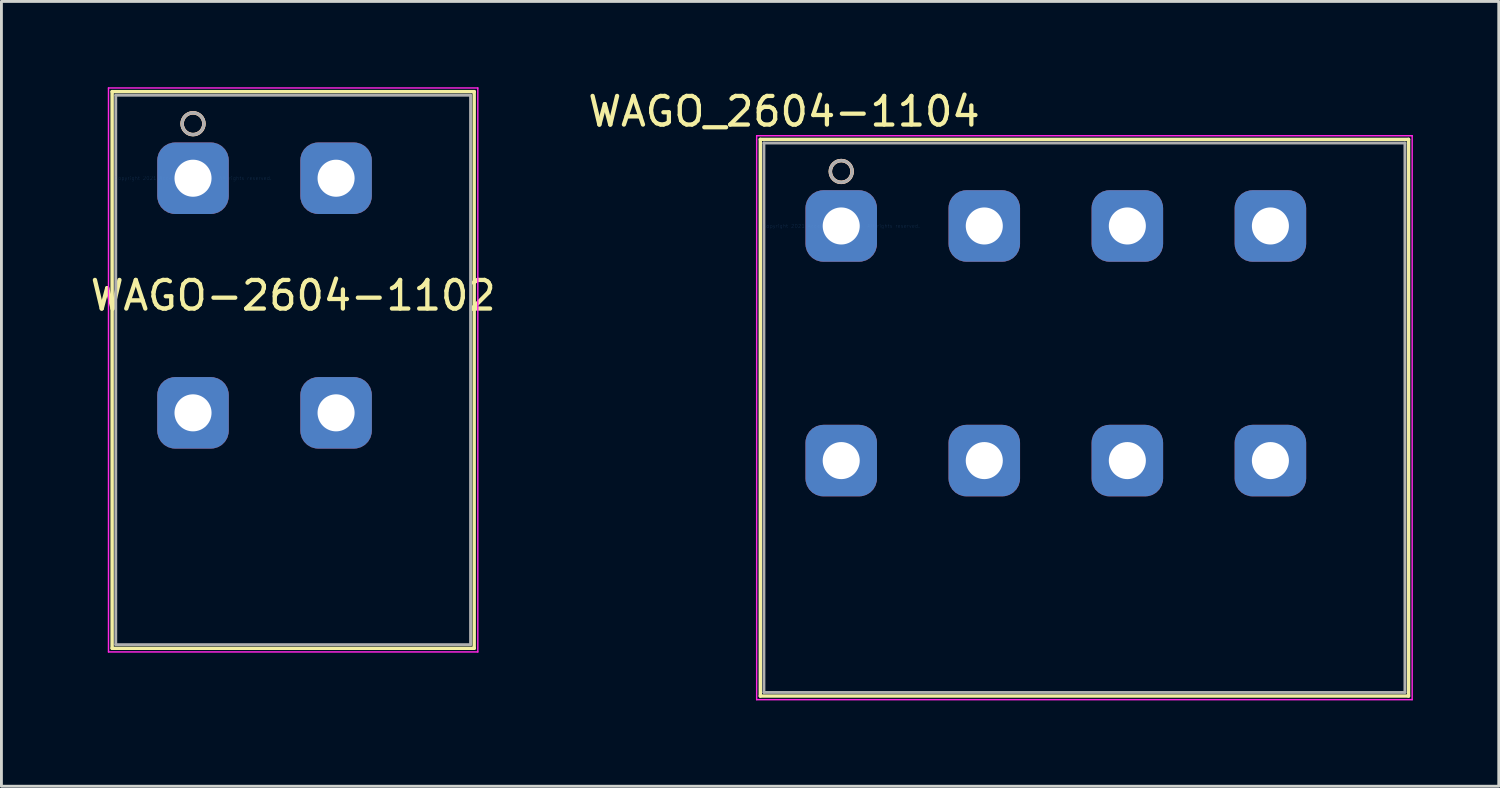
<source format=kicad_pcb>
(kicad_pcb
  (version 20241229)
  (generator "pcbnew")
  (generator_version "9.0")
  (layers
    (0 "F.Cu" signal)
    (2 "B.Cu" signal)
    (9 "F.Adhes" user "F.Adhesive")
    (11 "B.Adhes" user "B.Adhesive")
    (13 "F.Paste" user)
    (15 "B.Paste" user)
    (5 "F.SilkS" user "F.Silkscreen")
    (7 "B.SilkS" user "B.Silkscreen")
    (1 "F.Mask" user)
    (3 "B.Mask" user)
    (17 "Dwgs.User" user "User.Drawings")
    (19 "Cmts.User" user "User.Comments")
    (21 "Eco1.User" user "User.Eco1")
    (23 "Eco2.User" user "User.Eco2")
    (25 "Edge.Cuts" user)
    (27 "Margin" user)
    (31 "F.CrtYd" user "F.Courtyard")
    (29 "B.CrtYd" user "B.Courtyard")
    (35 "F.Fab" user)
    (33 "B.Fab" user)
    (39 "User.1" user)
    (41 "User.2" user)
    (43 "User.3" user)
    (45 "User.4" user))
  (footprint "WAGO-2604-1102"
    (layer "F.Cu")
    (at 3.696 3.179)
    (property "Reference" "WAGO-2604-1102" (at 3.5 4.1 0) (layer "F.SilkS") (effects (font (size 1 1) (thickness 0.15))))
    (attr through_hole)
    (fp_line (start -2.827 -3.027) (end -2.827 16.429) (stroke (width 0.12) (type solid)) (layer "F.SilkS"))
    (fp_line (start -2.827 16.429) (end 9.827 16.429) (stroke (width 0.12) (type solid)) (layer "F.SilkS"))
    (fp_line (start 9.827 -3.027) (end -2.827 -3.027) (stroke (width 0.12) (type solid)) (layer "F.SilkS"))
    (fp_line (start 9.827 16.429) (end 9.827 -3.027) (stroke (width 0.12) (type solid)) (layer "F.SilkS"))
    (fp_circle (center 0 -1.905) (end 0.381 -1.905) (stroke (width 0.12) (type solid)) (fill no) (layer "F.SilkS"))
    (fp_circle (center 0 -1.905) (end 0.381 -1.905) (stroke (width 0.12) (type solid)) (fill no) (layer "B.SilkS"))
    (fp_line (start -2.954 -3.154) (end -2.954 16.556) (stroke (width 0.05) (type solid)) (layer "F.CrtYd"))
    (fp_line (start -2.954 16.556) (end 9.954 16.556) (stroke (width 0.05) (type solid)) (layer "F.CrtYd"))
    (fp_line (start 9.954 -3.154) (end -2.954 -3.154) (stroke (width 0.05) (type solid)) (layer "F.CrtYd"))
    (fp_line (start 9.954 16.556) (end 9.954 -3.154) (stroke (width 0.05) (type solid)) (layer "F.CrtYd"))
    (fp_line (start -2.7 -2.9) (end -2.7 16.302) (stroke (width 0.1) (type solid)) (layer "F.Fab"))
    (fp_line (start -2.7 16.302) (end 9.7 16.302) (stroke (width 0.1) (type solid)) (layer "F.Fab"))
    (fp_line (start 9.7 -2.9) (end -2.7 -2.9) (stroke (width 0.1) (type solid)) (layer "F.Fab"))
    (fp_line (start 9.7 16.302) (end 9.7 -2.9) (stroke (width 0.1) (type solid)) (layer "F.Fab"))
    (fp_circle (center 0 -1.905) (end 0.381 -1.905) (stroke (width 0.1) (type solid)) (fill no) (layer "F.Fab"))
    (fp_text user "*" (at 0 0 0) (layer "F.SilkS") (effects (font (size 1 1) (thickness 0.15))))
    (fp_text user "Copyright 2021 Accelerated Designs. All rights reserved." (at 0 0 0) (layer "Cmts.User") (effects (font (size 0.127 0.127) (thickness 0.002))))
    (fp_text user "*" (at 0 0 0) (layer "F.Fab") (effects (font (size 1 1) (thickness 0.15))))
    (pad "1" thru_hole roundrect (at 0 0) (size 2.5 2.5) (drill 1.295) (layers "*.Cu" "*.Mask") (roundrect_rratio 0.25))
    (pad "2" thru_hole roundrect (at 0 8.2) (size 2.5 2.5) (drill 1.295) (layers "*.Cu" "*.Mask") (roundrect_rratio 0.25))
    (pad "3" thru_hole roundrect (at 5 0) (size 2.5 2.5) (drill 1.295) (layers "*.Cu" "*.Mask") (roundrect_rratio 0.25))
    (pad "4" thru_hole roundrect (at 5 8.2) (size 2.5 2.5) (drill 1.295) (layers "*.Cu" "*.Mask") (roundrect_rratio 0.25)))
  (footprint "WAGO_2604-1104"
    (layer "F.Cu")
    (at 26.351 4.848)
    (property "Reference" "WAGO_2604-1104" (at -2 -4 0) (layer "F.SilkS") (effects (font (size 1 1) (thickness 0.15))))
    (attr through_hole)
    (fp_line (start -2.828 -3.027) (end -2.828 16.429) (stroke (width 0.12) (type solid)) (layer "F.SilkS"))
    (fp_line (start -2.828 16.429) (end 19.828 16.429) (stroke (width 0.12) (type solid)) (layer "F.SilkS"))
    (fp_line (start 19.828 -3.027) (end -2.828 -3.027) (stroke (width 0.12) (type solid)) (layer "F.SilkS"))
    (fp_line (start 19.828 16.429) (end 19.828 -3.027) (stroke (width 0.12) (type solid)) (layer "F.SilkS"))
    (fp_circle (center 0 -1.905) (end 0.381 -1.905) (stroke (width 0.12) (type solid)) (fill no) (layer "F.SilkS"))
    (fp_circle (center 0 -1.905) (end 0.381 -1.905) (stroke (width 0.12) (type solid)) (fill no) (layer "B.SilkS"))
    (fp_line (start -2.955 -3.154) (end -2.955 16.556) (stroke (width 0.05) (type solid)) (layer "F.CrtYd"))
    (fp_line (start -2.955 16.556) (end 19.955 16.556) (stroke (width 0.05) (type solid)) (layer "F.CrtYd"))
    (fp_line (start 19.955 -3.154) (end -2.955 -3.154) (stroke (width 0.05) (type solid)) (layer "F.CrtYd"))
    (fp_line (start 19.955 16.556) (end 19.955 -3.154) (stroke (width 0.05) (type solid)) (layer "F.CrtYd"))
    (fp_line (start -2.701 -2.9) (end -2.701 16.302) (stroke (width 0.1) (type solid)) (layer "F.Fab"))
    (fp_line (start -2.701 16.302) (end 19.701 16.302) (stroke (width 0.1) (type solid)) (layer "F.Fab"))
    (fp_line (start 19.701 -2.9) (end -2.701 -2.9) (stroke (width 0.1) (type solid)) (layer "F.Fab"))
    (fp_line (start 19.701 16.302) (end 19.701 -2.9) (stroke (width 0.1) (type solid)) (layer "F.Fab"))
    (fp_circle (center 0 -1.905) (end 0.381 -1.905) (stroke (width 0.1) (type solid)) (fill no) (layer "F.Fab"))
    (fp_text user "*" (at 0 0 0) (layer "F.SilkS") (effects (font (size 1 1) (thickness 0.15))))
    (fp_text user "Copyright 2021 Accelerated Designs. All rights reserved." (at 0 0 0) (layer "Cmts.User") (effects (font (size 0.127 0.127) (thickness 0.002))))
    (fp_text user "*" (at 0 0 0) (layer "F.Fab") (effects (font (size 1 1) (thickness 0.15))))
    (pad "1" thru_hole roundrect (at 0 0) (size 2.5 2.5) (drill 1.295) (layers "*.Cu" "*.Mask") (roundrect_rratio 0.25))
    (pad "2" thru_hole roundrect (at 0 8.2) (size 2.5 2.5) (drill 1.295) (layers "*.Cu" "*.Mask") (roundrect_rratio 0.25))
    (pad "3" thru_hole roundrect (at 5 0) (size 2.5 2.5) (drill 1.295) (layers "*.Cu" "*.Mask") (roundrect_rratio 0.25))
    (pad "4" thru_hole roundrect (at 5 8.2) (size 2.5 2.5) (drill 1.295) (layers "*.Cu" "*.Mask") (roundrect_rratio 0.25))
    (pad "5" thru_hole roundrect (at 10 0) (size 2.5 2.5) (drill 1.295) (layers "*.Cu" "*.Mask") (roundrect_rratio 0.25))
    (pad "6" thru_hole roundrect (at 10 8.2) (size 2.5 2.5) (drill 1.295) (layers "*.Cu" "*.Mask") (roundrect_rratio 0.25))
    (pad "7" thru_hole roundrect (at 15 0) (size 2.5 2.5) (drill 1.295) (layers "*.Cu" "*.Mask") (roundrect_rratio 0.25))
    (pad "8" thru_hole roundrect (at 15 8.2) (size 2.5 2.5) (drill 1.295) (layers "*.Cu" "*.Mask") (roundrect_rratio 0.25)))
  (gr_rect
    (start -3 -3)
    (end 49.332 24.43)
    (stroke (width 0.1) (type default))
    (fill no)
    (layer "Edge.Cuts")))
</source>
